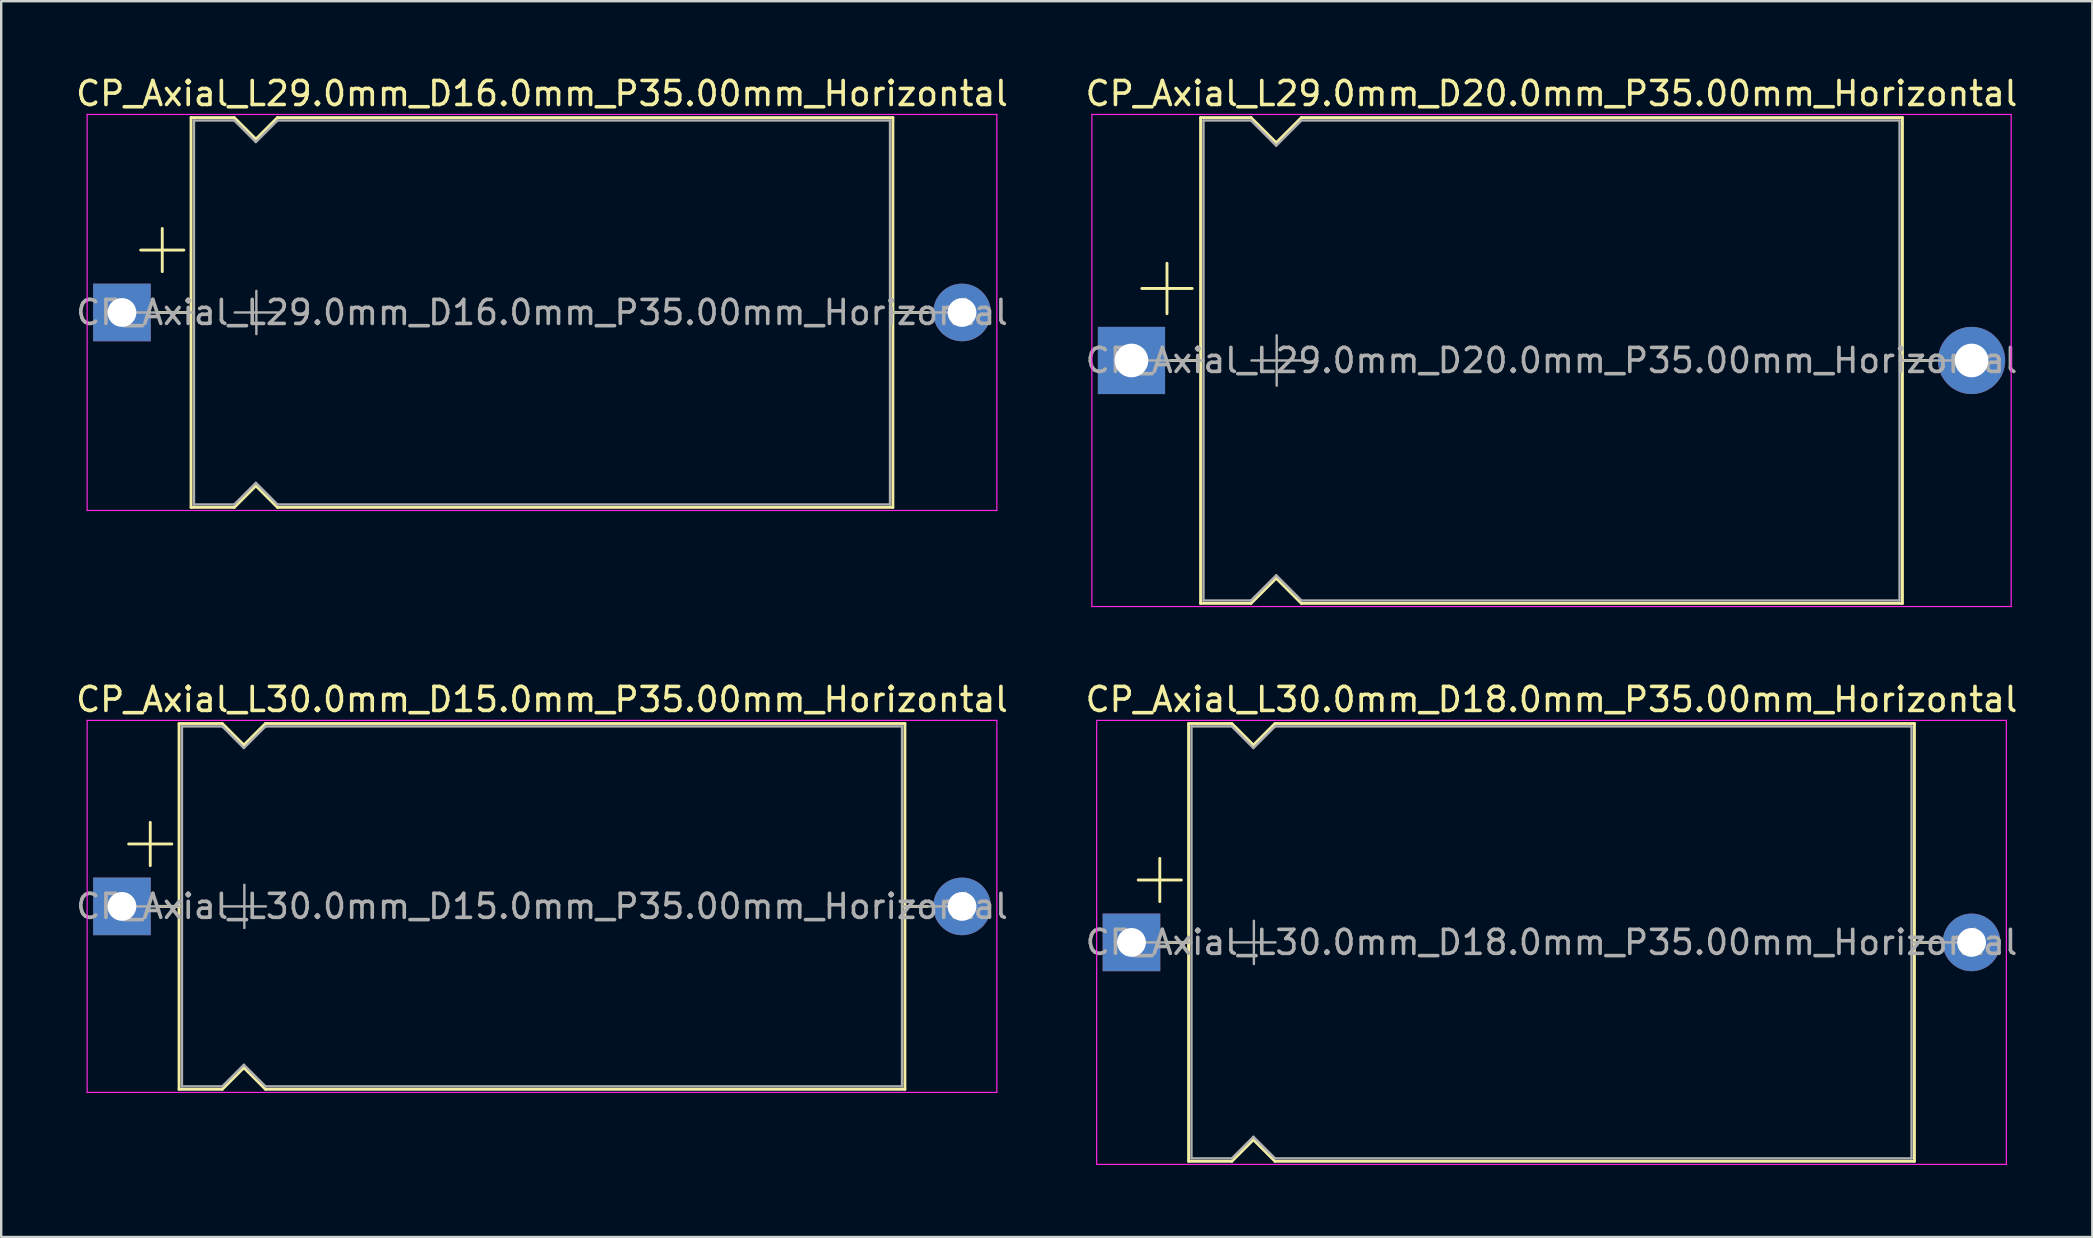
<source format=kicad_pcb>
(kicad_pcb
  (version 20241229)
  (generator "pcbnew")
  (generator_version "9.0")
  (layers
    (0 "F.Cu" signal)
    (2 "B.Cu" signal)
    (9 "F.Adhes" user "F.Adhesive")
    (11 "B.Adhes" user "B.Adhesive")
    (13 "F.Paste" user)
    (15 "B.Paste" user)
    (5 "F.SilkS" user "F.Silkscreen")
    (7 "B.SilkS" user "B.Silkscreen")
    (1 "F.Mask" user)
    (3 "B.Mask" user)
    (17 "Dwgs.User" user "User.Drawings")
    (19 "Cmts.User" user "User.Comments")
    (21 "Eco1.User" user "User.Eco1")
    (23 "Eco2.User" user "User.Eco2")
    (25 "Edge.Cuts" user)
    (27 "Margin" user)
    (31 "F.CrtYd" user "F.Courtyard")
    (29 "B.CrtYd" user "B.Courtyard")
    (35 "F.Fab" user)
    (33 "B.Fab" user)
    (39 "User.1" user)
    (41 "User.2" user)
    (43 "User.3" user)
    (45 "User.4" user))
  (footprint "CP_Axial_L29.0mm_D16.0mm_P35.00mm_Horizontal"
    (layer "F.Cu")
    (at 2.03 9.968)
    (property "Reference" "CP_Axial_L29.0mm_D16.0mm_P35.00mm_Horizontal" (at 17.5 -9.12 0) (layer "F.SilkS") (effects (font (size 1 1) (thickness 0.15))))
    (attr through_hole)
    (fp_line (start 0.78 -2.6) (end 2.58 -2.6) (stroke (width 0.12) (type solid)) (layer "F.SilkS"))
    (fp_line (start 1.44 0) (end 2.88 0) (stroke (width 0.12) (type solid)) (layer "F.SilkS"))
    (fp_line (start 1.68 -3.5) (end 1.68 -1.7) (stroke (width 0.12) (type solid)) (layer "F.SilkS"))
    (fp_line (start 2.88 -8.12) (end 2.88 8.12) (stroke (width 0.12) (type solid)) (layer "F.SilkS"))
    (fp_line (start 2.88 -8.12) (end 4.68 -8.12) (stroke (width 0.12) (type solid)) (layer "F.SilkS"))
    (fp_line (start 2.88 8.12) (end 4.68 8.12) (stroke (width 0.12) (type solid)) (layer "F.SilkS"))
    (fp_line (start 4.68 -8.12) (end 5.58 -7.22) (stroke (width 0.12) (type solid)) (layer "F.SilkS"))
    (fp_line (start 4.68 8.12) (end 5.58 7.22) (stroke (width 0.12) (type solid)) (layer "F.SilkS"))
    (fp_line (start 5.58 -7.22) (end 6.48 -8.12) (stroke (width 0.12) (type solid)) (layer "F.SilkS"))
    (fp_line (start 5.58 7.22) (end 6.48 8.12) (stroke (width 0.12) (type solid)) (layer "F.SilkS"))
    (fp_line (start 6.48 -8.12) (end 32.12 -8.12) (stroke (width 0.12) (type solid)) (layer "F.SilkS"))
    (fp_line (start 6.48 8.12) (end 32.12 8.12) (stroke (width 0.12) (type solid)) (layer "F.SilkS"))
    (fp_line (start 32.12 -8.12) (end 32.12 8.12) (stroke (width 0.12) (type solid)) (layer "F.SilkS"))
    (fp_line (start 33.56 0) (end 32.12 0) (stroke (width 0.12) (type solid)) (layer "F.SilkS"))
    (fp_line (start -1.45 -8.25) (end -1.45 8.25) (stroke (width 0.05) (type solid)) (layer "F.CrtYd"))
    (fp_line (start -1.45 8.25) (end 36.45 8.25) (stroke (width 0.05) (type solid)) (layer "F.CrtYd"))
    (fp_line (start 36.45 -8.25) (end -1.45 -8.25) (stroke (width 0.05) (type solid)) (layer "F.CrtYd"))
    (fp_line (start 36.45 8.25) (end 36.45 -8.25) (stroke (width 0.05) (type solid)) (layer "F.CrtYd"))
    (fp_line (start 0 0) (end 3 0) (stroke (width 0.1) (type solid)) (layer "F.Fab"))
    (fp_line (start 3 -8) (end 3 8) (stroke (width 0.1) (type solid)) (layer "F.Fab"))
    (fp_line (start 3 -8) (end 4.68 -8) (stroke (width 0.1) (type solid)) (layer "F.Fab"))
    (fp_line (start 3 8) (end 4.68 8) (stroke (width 0.1) (type solid)) (layer "F.Fab"))
    (fp_line (start 4.68 -8) (end 5.58 -7.1) (stroke (width 0.1) (type solid)) (layer "F.Fab"))
    (fp_line (start 4.68 8) (end 5.58 7.1) (stroke (width 0.1) (type solid)) (layer "F.Fab"))
    (fp_line (start 4.7 0) (end 6.5 0) (stroke (width 0.1) (type solid)) (layer "F.Fab"))
    (fp_line (start 5.58 -7.1) (end 6.48 -8) (stroke (width 0.1) (type solid)) (layer "F.Fab"))
    (fp_line (start 5.58 7.1) (end 6.48 8) (stroke (width 0.1) (type solid)) (layer "F.Fab"))
    (fp_line (start 5.6 -0.9) (end 5.6 0.9) (stroke (width 0.1) (type solid)) (layer "F.Fab"))
    (fp_line (start 6.48 -8) (end 32 -8) (stroke (width 0.1) (type solid)) (layer "F.Fab"))
    (fp_line (start 6.48 8) (end 32 8) (stroke (width 0.1) (type solid)) (layer "F.Fab"))
    (fp_line (start 32 -8) (end 32 8) (stroke (width 0.1) (type solid)) (layer "F.Fab"))
    (fp_line (start 35 0) (end 32 0) (stroke (width 0.1) (type solid)) (layer "F.Fab"))
    (fp_text user "${REFERENCE}" (at 17.5 0 0) (layer "F.Fab") (effects (font (size 1 1) (thickness 0.15))))
    (pad "1" thru_hole rect (at 0 0) (size 2.4 2.4) (drill 1.2) (layers "*.Cu" "*.Mask"))
    (pad "2" thru_hole oval (at 35 0) (size 2.4 2.4) (drill 1.2) (layers "*.Cu" "*.Mask")))
  (footprint "CP_Axial_L30.0mm_D18.0mm_P35.00mm_Horizontal"
    (layer "F.Cu")
    (at 44.089 36.212)
    (property "Reference" "CP_Axial_L30.0mm_D18.0mm_P35.00mm_Horizontal" (at 17.5 -10.12 0) (layer "F.SilkS") (effects (font (size 1 1) (thickness 0.15))))
    (attr through_hole)
    (fp_line (start 0.28 -2.6) (end 2.08 -2.6) (stroke (width 0.12) (type solid)) (layer "F.SilkS"))
    (fp_line (start 1.18 -3.5) (end 1.18 -1.7) (stroke (width 0.12) (type solid)) (layer "F.SilkS"))
    (fp_line (start 1.44 0) (end 2.38 0) (stroke (width 0.12) (type solid)) (layer "F.SilkS"))
    (fp_line (start 2.38 -9.12) (end 2.38 9.12) (stroke (width 0.12) (type solid)) (layer "F.SilkS"))
    (fp_line (start 2.38 -9.12) (end 4.18 -9.12) (stroke (width 0.12) (type solid)) (layer "F.SilkS"))
    (fp_line (start 2.38 9.12) (end 4.18 9.12) (stroke (width 0.12) (type solid)) (layer "F.SilkS"))
    (fp_line (start 4.18 -9.12) (end 5.08 -8.22) (stroke (width 0.12) (type solid)) (layer "F.SilkS"))
    (fp_line (start 4.18 9.12) (end 5.08 8.22) (stroke (width 0.12) (type solid)) (layer "F.SilkS"))
    (fp_line (start 5.08 -8.22) (end 5.98 -9.12) (stroke (width 0.12) (type solid)) (layer "F.SilkS"))
    (fp_line (start 5.08 8.22) (end 5.98 9.12) (stroke (width 0.12) (type solid)) (layer "F.SilkS"))
    (fp_line (start 5.98 -9.12) (end 32.62 -9.12) (stroke (width 0.12) (type solid)) (layer "F.SilkS"))
    (fp_line (start 5.98 9.12) (end 32.62 9.12) (stroke (width 0.12) (type solid)) (layer "F.SilkS"))
    (fp_line (start 32.62 -9.12) (end 32.62 9.12) (stroke (width 0.12) (type solid)) (layer "F.SilkS"))
    (fp_line (start 33.56 0) (end 32.62 0) (stroke (width 0.12) (type solid)) (layer "F.SilkS"))
    (fp_line (start -1.45 -9.25) (end -1.45 9.25) (stroke (width 0.05) (type solid)) (layer "F.CrtYd"))
    (fp_line (start -1.45 9.25) (end 36.45 9.25) (stroke (width 0.05) (type solid)) (layer "F.CrtYd"))
    (fp_line (start 36.45 -9.25) (end -1.45 -9.25) (stroke (width 0.05) (type solid)) (layer "F.CrtYd"))
    (fp_line (start 36.45 9.25) (end 36.45 -9.25) (stroke (width 0.05) (type solid)) (layer "F.CrtYd"))
    (fp_line (start 0 0) (end 2.5 0) (stroke (width 0.1) (type solid)) (layer "F.Fab"))
    (fp_line (start 2.5 -9) (end 2.5 9) (stroke (width 0.1) (type solid)) (layer "F.Fab"))
    (fp_line (start 2.5 -9) (end 4.18 -9) (stroke (width 0.1) (type solid)) (layer "F.Fab"))
    (fp_line (start 2.5 9) (end 4.18 9) (stroke (width 0.1) (type solid)) (layer "F.Fab"))
    (fp_line (start 4.18 -9) (end 5.08 -8.1) (stroke (width 0.1) (type solid)) (layer "F.Fab"))
    (fp_line (start 4.18 9) (end 5.08 8.1) (stroke (width 0.1) (type solid)) (layer "F.Fab"))
    (fp_line (start 4.2 0) (end 6 0) (stroke (width 0.1) (type solid)) (layer "F.Fab"))
    (fp_line (start 5.08 -8.1) (end 5.98 -9) (stroke (width 0.1) (type solid)) (layer "F.Fab"))
    (fp_line (start 5.08 8.1) (end 5.98 9) (stroke (width 0.1) (type solid)) (layer "F.Fab"))
    (fp_line (start 5.1 -0.9) (end 5.1 0.9) (stroke (width 0.1) (type solid)) (layer "F.Fab"))
    (fp_line (start 5.98 -9) (end 32.5 -9) (stroke (width 0.1) (type solid)) (layer "F.Fab"))
    (fp_line (start 5.98 9) (end 32.5 9) (stroke (width 0.1) (type solid)) (layer "F.Fab"))
    (fp_line (start 32.5 -9) (end 32.5 9) (stroke (width 0.1) (type solid)) (layer "F.Fab"))
    (fp_line (start 35 0) (end 32.5 0) (stroke (width 0.1) (type solid)) (layer "F.Fab"))
    (fp_text user "${REFERENCE}" (at 17.5 0 0) (layer "F.Fab") (effects (font (size 1 1) (thickness 0.15))))
    (pad "1" thru_hole rect (at 0 0) (size 2.4 2.4) (drill 1.2) (layers "*.Cu" "*.Mask"))
    (pad "2" thru_hole oval (at 35 0) (size 2.4 2.4) (drill 1.2) (layers "*.Cu" "*.Mask")))
  (footprint "CP_Axial_L30.0mm_D15.0mm_P35.00mm_Horizontal"
    (layer "F.Cu")
    (at 2.03 34.712)
    (property "Reference" "CP_Axial_L30.0mm_D15.0mm_P35.00mm_Horizontal" (at 17.5 -8.62 0) (layer "F.SilkS") (effects (font (size 1 1) (thickness 0.15))))
    (attr through_hole)
    (fp_line (start 0.28 -2.6) (end 2.08 -2.6) (stroke (width 0.12) (type solid)) (layer "F.SilkS"))
    (fp_line (start 1.18 -3.5) (end 1.18 -1.7) (stroke (width 0.12) (type solid)) (layer "F.SilkS"))
    (fp_line (start 1.44 0) (end 2.38 0) (stroke (width 0.12) (type solid)) (layer "F.SilkS"))
    (fp_line (start 2.38 -7.62) (end 2.38 7.62) (stroke (width 0.12) (type solid)) (layer "F.SilkS"))
    (fp_line (start 2.38 -7.62) (end 4.18 -7.62) (stroke (width 0.12) (type solid)) (layer "F.SilkS"))
    (fp_line (start 2.38 7.62) (end 4.18 7.62) (stroke (width 0.12) (type solid)) (layer "F.SilkS"))
    (fp_line (start 4.18 -7.62) (end 5.08 -6.72) (stroke (width 0.12) (type solid)) (layer "F.SilkS"))
    (fp_line (start 4.18 7.62) (end 5.08 6.72) (stroke (width 0.12) (type solid)) (layer "F.SilkS"))
    (fp_line (start 5.08 -6.72) (end 5.98 -7.62) (stroke (width 0.12) (type solid)) (layer "F.SilkS"))
    (fp_line (start 5.08 6.72) (end 5.98 7.62) (stroke (width 0.12) (type solid)) (layer "F.SilkS"))
    (fp_line (start 5.98 -7.62) (end 32.62 -7.62) (stroke (width 0.12) (type solid)) (layer "F.SilkS"))
    (fp_line (start 5.98 7.62) (end 32.62 7.62) (stroke (width 0.12) (type solid)) (layer "F.SilkS"))
    (fp_line (start 32.62 -7.62) (end 32.62 7.62) (stroke (width 0.12) (type solid)) (layer "F.SilkS"))
    (fp_line (start 33.56 0) (end 32.62 0) (stroke (width 0.12) (type solid)) (layer "F.SilkS"))
    (fp_line (start -1.45 -7.75) (end -1.45 7.75) (stroke (width 0.05) (type solid)) (layer "F.CrtYd"))
    (fp_line (start -1.45 7.75) (end 36.45 7.75) (stroke (width 0.05) (type solid)) (layer "F.CrtYd"))
    (fp_line (start 36.45 -7.75) (end -1.45 -7.75) (stroke (width 0.05) (type solid)) (layer "F.CrtYd"))
    (fp_line (start 36.45 7.75) (end 36.45 -7.75) (stroke (width 0.05) (type solid)) (layer "F.CrtYd"))
    (fp_line (start 0 0) (end 2.5 0) (stroke (width 0.1) (type solid)) (layer "F.Fab"))
    (fp_line (start 2.5 -7.5) (end 2.5 7.5) (stroke (width 0.1) (type solid)) (layer "F.Fab"))
    (fp_line (start 2.5 -7.5) (end 4.18 -7.5) (stroke (width 0.1) (type solid)) (layer "F.Fab"))
    (fp_line (start 2.5 7.5) (end 4.18 7.5) (stroke (width 0.1) (type solid)) (layer "F.Fab"))
    (fp_line (start 4.18 -7.5) (end 5.08 -6.6) (stroke (width 0.1) (type solid)) (layer "F.Fab"))
    (fp_line (start 4.18 7.5) (end 5.08 6.6) (stroke (width 0.1) (type solid)) (layer "F.Fab"))
    (fp_line (start 4.2 0) (end 6 0) (stroke (width 0.1) (type solid)) (layer "F.Fab"))
    (fp_line (start 5.08 -6.6) (end 5.98 -7.5) (stroke (width 0.1) (type solid)) (layer "F.Fab"))
    (fp_line (start 5.08 6.6) (end 5.98 7.5) (stroke (width 0.1) (type solid)) (layer "F.Fab"))
    (fp_line (start 5.1 -0.9) (end 5.1 0.9) (stroke (width 0.1) (type solid)) (layer "F.Fab"))
    (fp_line (start 5.98 -7.5) (end 32.5 -7.5) (stroke (width 0.1) (type solid)) (layer "F.Fab"))
    (fp_line (start 5.98 7.5) (end 32.5 7.5) (stroke (width 0.1) (type solid)) (layer "F.Fab"))
    (fp_line (start 32.5 -7.5) (end 32.5 7.5) (stroke (width 0.1) (type solid)) (layer "F.Fab"))
    (fp_line (start 35 0) (end 32.5 0) (stroke (width 0.1) (type solid)) (layer "F.Fab"))
    (fp_text user "${REFERENCE}" (at 17.5 0 0) (layer "F.Fab") (effects (font (size 1 1) (thickness 0.15))))
    (pad "1" thru_hole rect (at 0 0) (size 2.4 2.4) (drill 1.2) (layers "*.Cu" "*.Mask"))
    (pad "2" thru_hole oval (at 35 0) (size 2.4 2.4) (drill 1.2) (layers "*.Cu" "*.Mask")))
  (footprint "CP_Axial_L29.0mm_D20.0mm_P35.00mm_Horizontal"
    (layer "F.Cu")
    (at 44.089 11.968)
    (property "Reference" "CP_Axial_L29.0mm_D20.0mm_P35.00mm_Horizontal" (at 17.5 -11.12 0) (layer "F.SilkS") (effects (font (size 1 1) (thickness 0.15))))
    (attr through_hole)
    (fp_line (start 0.43 -3) (end 2.53 -3) (stroke (width 0.12) (type solid)) (layer "F.SilkS"))
    (fp_line (start 1.48 -4.05) (end 1.48 -1.95) (stroke (width 0.12) (type solid)) (layer "F.SilkS"))
    (fp_line (start 1.64 0) (end 2.88 0) (stroke (width 0.12) (type solid)) (layer "F.SilkS"))
    (fp_line (start 2.88 -10.12) (end 2.88 10.12) (stroke (width 0.12) (type solid)) (layer "F.SilkS"))
    (fp_line (start 2.88 -10.12) (end 4.98 -10.12) (stroke (width 0.12) (type solid)) (layer "F.SilkS"))
    (fp_line (start 2.88 10.12) (end 4.98 10.12) (stroke (width 0.12) (type solid)) (layer "F.SilkS"))
    (fp_line (start 4.98 -10.12) (end 6.03 -9.07) (stroke (width 0.12) (type solid)) (layer "F.SilkS"))
    (fp_line (start 4.98 10.12) (end 6.03 9.07) (stroke (width 0.12) (type solid)) (layer "F.SilkS"))
    (fp_line (start 6.03 -9.07) (end 7.08 -10.12) (stroke (width 0.12) (type solid)) (layer "F.SilkS"))
    (fp_line (start 6.03 9.07) (end 7.08 10.12) (stroke (width 0.12) (type solid)) (layer "F.SilkS"))
    (fp_line (start 7.08 -10.12) (end 32.12 -10.12) (stroke (width 0.12) (type solid)) (layer "F.SilkS"))
    (fp_line (start 7.08 10.12) (end 32.12 10.12) (stroke (width 0.12) (type solid)) (layer "F.SilkS"))
    (fp_line (start 32.12 -10.12) (end 32.12 10.12) (stroke (width 0.12) (type solid)) (layer "F.SilkS"))
    (fp_line (start 33.36 0) (end 32.12 0) (stroke (width 0.12) (type solid)) (layer "F.SilkS"))
    (fp_line (start -1.65 -10.25) (end -1.65 10.25) (stroke (width 0.05) (type solid)) (layer "F.CrtYd"))
    (fp_line (start -1.65 10.25) (end 36.65 10.25) (stroke (width 0.05) (type solid)) (layer "F.CrtYd"))
    (fp_line (start 36.65 -10.25) (end -1.65 -10.25) (stroke (width 0.05) (type solid)) (layer "F.CrtYd"))
    (fp_line (start 36.65 10.25) (end 36.65 -10.25) (stroke (width 0.05) (type solid)) (layer "F.CrtYd"))
    (fp_line (start 0 0) (end 3 0) (stroke (width 0.1) (type solid)) (layer "F.Fab"))
    (fp_line (start 3 -10) (end 3 10) (stroke (width 0.1) (type solid)) (layer "F.Fab"))
    (fp_line (start 3 -10) (end 4.98 -10) (stroke (width 0.1) (type solid)) (layer "F.Fab"))
    (fp_line (start 3 10) (end 4.98 10) (stroke (width 0.1) (type solid)) (layer "F.Fab"))
    (fp_line (start 4.98 -10) (end 6.03 -8.95) (stroke (width 0.1) (type solid)) (layer "F.Fab"))
    (fp_line (start 4.98 10) (end 6.03 8.95) (stroke (width 0.1) (type solid)) (layer "F.Fab"))
    (fp_line (start 5 0) (end 7.1 0) (stroke (width 0.1) (type solid)) (layer "F.Fab"))
    (fp_line (start 6.03 -8.95) (end 7.08 -10) (stroke (width 0.1) (type solid)) (layer "F.Fab"))
    (fp_line (start 6.03 8.95) (end 7.08 10) (stroke (width 0.1) (type solid)) (layer "F.Fab"))
    (fp_line (start 6.05 -1.05) (end 6.05 1.05) (stroke (width 0.1) (type solid)) (layer "F.Fab"))
    (fp_line (start 7.08 -10) (end 32 -10) (stroke (width 0.1) (type solid)) (layer "F.Fab"))
    (fp_line (start 7.08 10) (end 32 10) (stroke (width 0.1) (type solid)) (layer "F.Fab"))
    (fp_line (start 32 -10) (end 32 10) (stroke (width 0.1) (type solid)) (layer "F.Fab"))
    (fp_line (start 35 0) (end 32 0) (stroke (width 0.1) (type solid)) (layer "F.Fab"))
    (fp_text user "${REFERENCE}" (at 17.5 0 0) (layer "F.Fab") (effects (font (size 1 1) (thickness 0.15))))
    (pad "1" thru_hole rect (at 0 0) (size 2.8 2.8) (drill 1.4) (layers "*.Cu" "*.Mask"))
    (pad "2" thru_hole oval (at 35 0) (size 2.8 2.8) (drill 1.4) (layers "*.Cu" "*.Mask")))
  (gr_rect
    (start -3 -3)
    (end 84.119 48.486)
    (stroke (width 0.1) (type default))
    (fill no)
    (layer "Edge.Cuts")))
</source>
